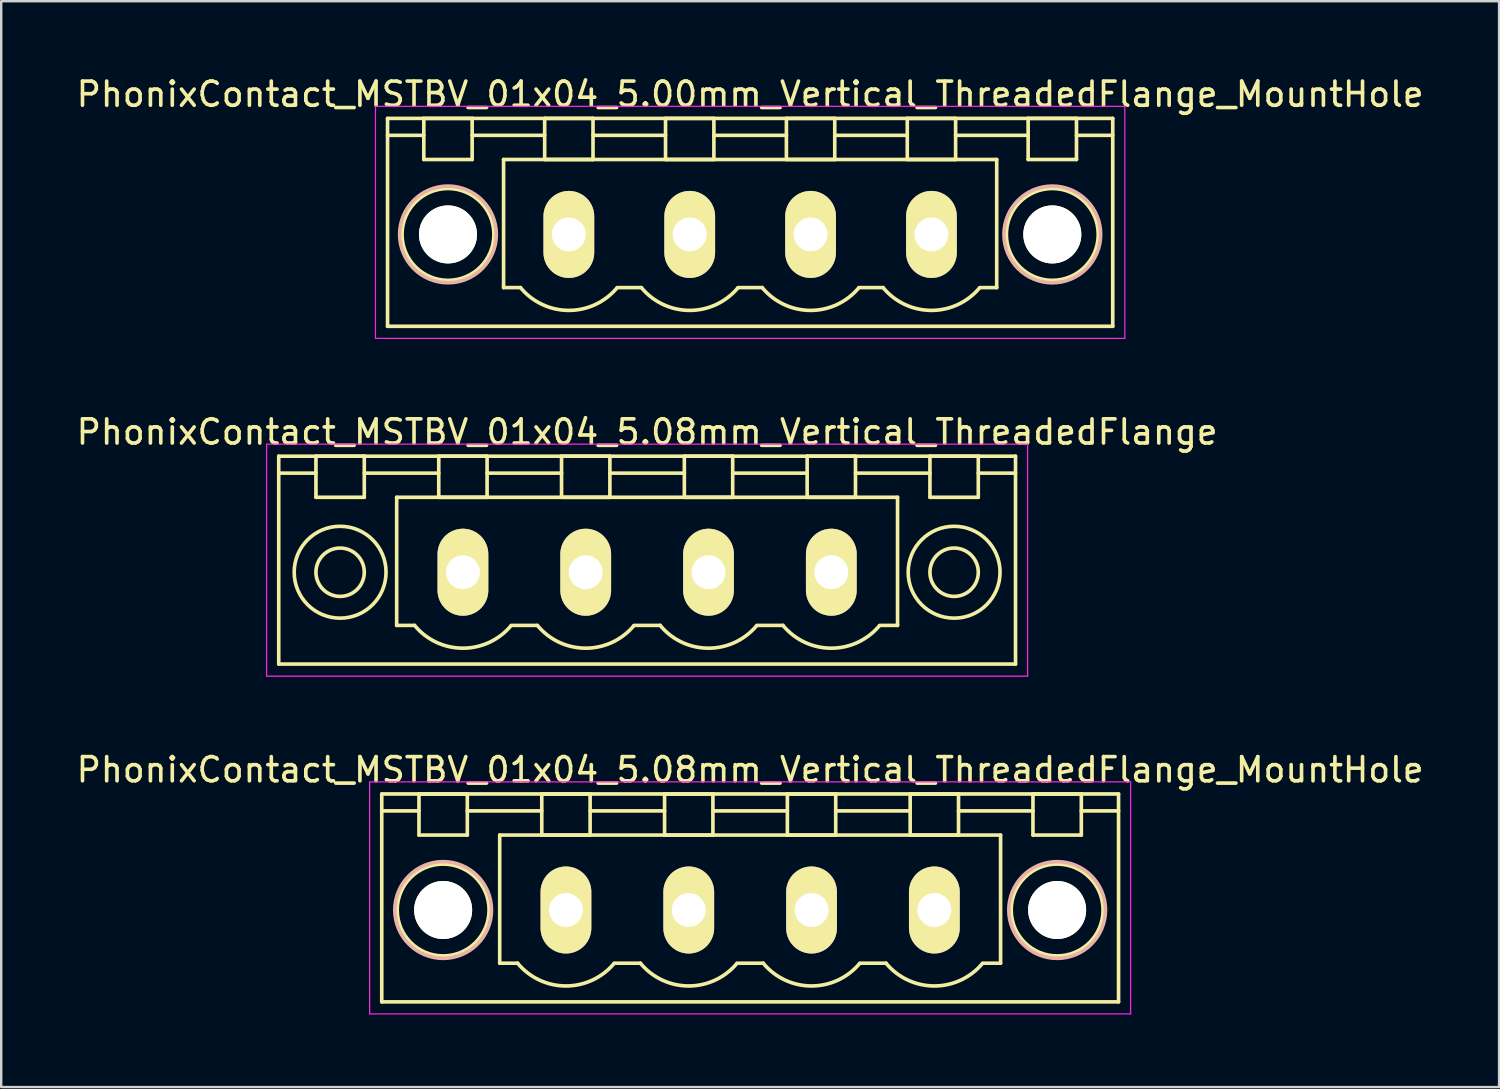
<source format=kicad_pcb>
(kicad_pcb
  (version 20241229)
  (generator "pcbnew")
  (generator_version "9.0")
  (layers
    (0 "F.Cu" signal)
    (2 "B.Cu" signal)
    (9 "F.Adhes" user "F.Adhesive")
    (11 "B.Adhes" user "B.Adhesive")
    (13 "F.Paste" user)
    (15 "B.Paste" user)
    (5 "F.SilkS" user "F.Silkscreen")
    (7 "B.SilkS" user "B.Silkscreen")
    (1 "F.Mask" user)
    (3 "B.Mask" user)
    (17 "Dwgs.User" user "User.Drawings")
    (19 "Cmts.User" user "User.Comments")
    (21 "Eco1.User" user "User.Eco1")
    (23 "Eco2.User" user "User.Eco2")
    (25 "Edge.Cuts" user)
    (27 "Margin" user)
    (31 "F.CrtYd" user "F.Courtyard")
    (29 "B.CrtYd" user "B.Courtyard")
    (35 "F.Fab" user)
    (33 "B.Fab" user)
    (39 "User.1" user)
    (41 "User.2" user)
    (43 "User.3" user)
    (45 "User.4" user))
  (footprint "PhonixContact_MSTBV_01x04_5.08mm_Vertical_ThreadedFlange_MountHole"
    (layer "F.Cu")
    (at 20.362 34.595)
    (property "Reference" "PhonixContact_MSTBV_01x04_5.08mm_Vertical_ThreadedFlange_MountHole" (at 7.62 -5.8 0) (layer "F.SilkS") (effects (font (size 1 1) (thickness 0.15))))
    (attr through_hole)
    (fp_line (start -7.62 -4.8) (end -7.62 3.8) (stroke (width 0.15) (type solid)) (layer "F.SilkS"))
    (fp_line (start -7.62 -4.1) (end -6.08 -4.1) (stroke (width 0.15) (type solid)) (layer "F.SilkS"))
    (fp_line (start -7.62 3.8) (end 22.86 3.8) (stroke (width 0.15) (type solid)) (layer "F.SilkS"))
    (fp_line (start -6.08 -4.8) (end -4.08 -4.8) (stroke (width 0.15) (type solid)) (layer "F.SilkS"))
    (fp_line (start -6.08 -3.1) (end -6.08 -4.8) (stroke (width 0.15) (type solid)) (layer "F.SilkS"))
    (fp_line (start -4.08 -4.8) (end -4.08 -3.1) (stroke (width 0.15) (type solid)) (layer "F.SilkS"))
    (fp_line (start -4.08 -4.1) (end -1 -4.1) (stroke (width 0.15) (type solid)) (layer "F.SilkS"))
    (fp_line (start -4.08 -3.1) (end -6.08 -3.1) (stroke (width 0.15) (type solid)) (layer "F.SilkS"))
    (fp_line (start -2.74 -3.1) (end 17.98 -3.1) (stroke (width 0.15) (type solid)) (layer "F.SilkS"))
    (fp_line (start -2.74 2.2) (end -2.74 -3.1) (stroke (width 0.15) (type solid)) (layer "F.SilkS"))
    (fp_line (start -2 2.2) (end -2.74 2.2) (stroke (width 0.15) (type solid)) (layer "F.SilkS"))
    (fp_line (start -1 -4.8) (end 1 -4.8) (stroke (width 0.15) (type solid)) (layer "F.SilkS"))
    (fp_line (start -1 -3.1) (end -1 -4.8) (stroke (width 0.15) (type solid)) (layer "F.SilkS"))
    (fp_line (start 1 -4.8) (end 1 -3.1) (stroke (width 0.15) (type solid)) (layer "F.SilkS"))
    (fp_line (start 1 -4.1) (end 4.08 -4.1) (stroke (width 0.15) (type solid)) (layer "F.SilkS"))
    (fp_line (start 1 -3.1) (end -1 -3.1) (stroke (width 0.15) (type solid)) (layer "F.SilkS"))
    (fp_line (start 2 2.2) (end 3.08 2.2) (stroke (width 0.15) (type solid)) (layer "F.SilkS"))
    (fp_line (start 4.08 -4.8) (end 6.08 -4.8) (stroke (width 0.15) (type solid)) (layer "F.SilkS"))
    (fp_line (start 4.08 -3.1) (end 4.08 -4.8) (stroke (width 0.15) (type solid)) (layer "F.SilkS"))
    (fp_line (start 6.08 -4.8) (end 6.08 -3.1) (stroke (width 0.15) (type solid)) (layer "F.SilkS"))
    (fp_line (start 6.08 -4.1) (end 9.16 -4.1) (stroke (width 0.15) (type solid)) (layer "F.SilkS"))
    (fp_line (start 6.08 -3.1) (end 4.08 -3.1) (stroke (width 0.15) (type solid)) (layer "F.SilkS"))
    (fp_line (start 7.08 2.2) (end 8.16 2.2) (stroke (width 0.15) (type solid)) (layer "F.SilkS"))
    (fp_line (start 9.16 -4.8) (end 11.16 -4.8) (stroke (width 0.15) (type solid)) (layer "F.SilkS"))
    (fp_line (start 9.16 -3.1) (end 9.16 -4.8) (stroke (width 0.15) (type solid)) (layer "F.SilkS"))
    (fp_line (start 11.16 -4.8) (end 11.16 -3.1) (stroke (width 0.15) (type solid)) (layer "F.SilkS"))
    (fp_line (start 11.16 -4.1) (end 14.24 -4.1) (stroke (width 0.15) (type solid)) (layer "F.SilkS"))
    (fp_line (start 11.16 -3.1) (end 9.16 -3.1) (stroke (width 0.15) (type solid)) (layer "F.SilkS"))
    (fp_line (start 12.16 2.2) (end 13.24 2.2) (stroke (width 0.15) (type solid)) (layer "F.SilkS"))
    (fp_line (start 14.24 -4.8) (end 16.24 -4.8) (stroke (width 0.15) (type solid)) (layer "F.SilkS"))
    (fp_line (start 14.24 -3.1) (end 14.24 -4.8) (stroke (width 0.15) (type solid)) (layer "F.SilkS"))
    (fp_line (start 16.24 -4.8) (end 16.24 -3.1) (stroke (width 0.15) (type solid)) (layer "F.SilkS"))
    (fp_line (start 16.24 -4.1) (end 19.32 -4.1) (stroke (width 0.15) (type solid)) (layer "F.SilkS"))
    (fp_line (start 16.24 -3.1) (end 14.24 -3.1) (stroke (width 0.15) (type solid)) (layer "F.SilkS"))
    (fp_line (start 17.98 -3.1) (end 17.98 2.2) (stroke (width 0.15) (type solid)) (layer "F.SilkS"))
    (fp_line (start 17.98 2.2) (end 17.24 2.2) (stroke (width 0.15) (type solid)) (layer "F.SilkS"))
    (fp_line (start 19.32 -4.8) (end 21.32 -4.8) (stroke (width 0.15) (type solid)) (layer "F.SilkS"))
    (fp_line (start 19.32 -3.1) (end 19.32 -4.8) (stroke (width 0.15) (type solid)) (layer "F.SilkS"))
    (fp_line (start 21.32 -4.8) (end 21.32 -3.1) (stroke (width 0.15) (type solid)) (layer "F.SilkS"))
    (fp_line (start 21.32 -3.1) (end 19.32 -3.1) (stroke (width 0.15) (type solid)) (layer "F.SilkS"))
    (fp_line (start 22.86 -4.8) (end -7.62 -4.8) (stroke (width 0.15) (type solid)) (layer "F.SilkS"))
    (fp_line (start 22.86 -4.1) (end 21.32 -4.1) (stroke (width 0.15) (type solid)) (layer "F.SilkS"))
    (fp_line (start 22.86 3.8) (end 22.86 -4.8) (stroke (width 0.15) (type solid)) (layer "F.SilkS"))
    (fp_arc (start 1.986842 2.215821) (mid -0.010289 3.142758) (end -2 2.2) (stroke (width 0.15) (type solid)) (layer "F.SilkS"))
    (fp_arc (start 7.066842 2.215821) (mid 5.069711 3.142758) (end 3.08 2.2) (stroke (width 0.15) (type solid)) (layer "F.SilkS"))
    (fp_arc (start 12.146842 2.215821) (mid 10.149711 3.142758) (end 8.16 2.2) (stroke (width 0.15) (type solid)) (layer "F.SilkS"))
    (fp_arc (start 17.226842 2.215821) (mid 15.229711 3.142758) (end 13.24 2.2) (stroke (width 0.15) (type solid)) (layer "F.SilkS"))
    (fp_circle (center -5.08 0) (end -4.08 0) (stroke (width 0.15) (type solid)) (fill no) (layer "F.SilkS"))
    (fp_circle (center -5.08 0) (end -3.18 0) (stroke (width 0.15) (type solid)) (fill no) (layer "F.SilkS"))
    (fp_circle (center 20.32 0) (end 21.32 0) (stroke (width 0.15) (type solid)) (fill no) (layer "F.SilkS"))
    (fp_circle (center 20.32 0) (end 22.22 0) (stroke (width 0.15) (type solid)) (fill no) (layer "F.SilkS"))
    (fp_circle (center -5.08 0) (end -3.08 0) (stroke (width 0.15) (type solid)) (fill no) (layer "B.SilkS"))
    (fp_circle (center 20.32 0) (end 22.32 0) (stroke (width 0.15) (type solid)) (fill no) (layer "B.SilkS"))
    (fp_line (start -8.12 -5.3) (end -8.12 4.3) (stroke (width 0.05) (type solid)) (layer "F.CrtYd"))
    (fp_line (start -8.12 4.3) (end 23.36 4.3) (stroke (width 0.05) (type solid)) (layer "F.CrtYd"))
    (fp_line (start 23.36 -5.3) (end -8.12 -5.3) (stroke (width 0.05) (type solid)) (layer "F.CrtYd"))
    (fp_line (start 23.36 4.3) (end 23.36 -5.3) (stroke (width 0.05) (type solid)) (layer "F.CrtYd"))
    (pad "" np_thru_hole circle (at -5.08 0) (size 2.4 2.4) (drill 2.4) (layers "*.Cu" "*.Mask" "F.SilkS"))
    (pad "" np_thru_hole circle (at 20.32 0) (size 2.4 2.4) (drill 2.4) (layers "*.Cu" "*.Mask" "F.SilkS"))
    (pad "1" thru_hole oval (at 0 0) (size 2.1 3.6) (drill 1.4) (layers "*.Cu" "*.Mask" "F.SilkS"))
    (pad "2" thru_hole oval (at 5.08 0) (size 2.1 3.6) (drill 1.4) (layers "*.Cu" "*.Mask" "F.SilkS"))
    (pad "3" thru_hole oval (at 10.16 0) (size 2.1 3.6) (drill 1.4) (layers "*.Cu" "*.Mask" "F.SilkS"))
    (pad "4" thru_hole oval (at 15.24 0) (size 2.1 3.6) (drill 1.4) (layers "*.Cu" "*.Mask" "F.SilkS")))
  (footprint "PhonixContact_MSTBV_01x04_5.08mm_Vertical_ThreadedFlange"
    (layer "F.Cu")
    (at 16.1 20.622)
    (property "Reference" "PhonixContact_MSTBV_01x04_5.08mm_Vertical_ThreadedFlange" (at 7.62 -5.8 0) (layer "F.SilkS") (effects (font (size 1 1) (thickness 0.15))))
    (attr through_hole)
    (fp_line (start -7.62 -4.8) (end -7.62 3.8) (stroke (width 0.15) (type solid)) (layer "F.SilkS"))
    (fp_line (start -7.62 -4.1) (end -6.08 -4.1) (stroke (width 0.15) (type solid)) (layer "F.SilkS"))
    (fp_line (start -7.62 3.8) (end 22.86 3.8) (stroke (width 0.15) (type solid)) (layer "F.SilkS"))
    (fp_line (start -6.08 -4.8) (end -4.08 -4.8) (stroke (width 0.15) (type solid)) (layer "F.SilkS"))
    (fp_line (start -6.08 -3.1) (end -6.08 -4.8) (stroke (width 0.15) (type solid)) (layer "F.SilkS"))
    (fp_line (start -4.08 -4.8) (end -4.08 -3.1) (stroke (width 0.15) (type solid)) (layer "F.SilkS"))
    (fp_line (start -4.08 -4.1) (end -1 -4.1) (stroke (width 0.15) (type solid)) (layer "F.SilkS"))
    (fp_line (start -4.08 -3.1) (end -6.08 -3.1) (stroke (width 0.15) (type solid)) (layer "F.SilkS"))
    (fp_line (start -2.74 -3.1) (end 17.98 -3.1) (stroke (width 0.15) (type solid)) (layer "F.SilkS"))
    (fp_line (start -2.74 2.2) (end -2.74 -3.1) (stroke (width 0.15) (type solid)) (layer "F.SilkS"))
    (fp_line (start -2 2.2) (end -2.74 2.2) (stroke (width 0.15) (type solid)) (layer "F.SilkS"))
    (fp_line (start -1 -4.8) (end 1 -4.8) (stroke (width 0.15) (type solid)) (layer "F.SilkS"))
    (fp_line (start -1 -3.1) (end -1 -4.8) (stroke (width 0.15) (type solid)) (layer "F.SilkS"))
    (fp_line (start 1 -4.8) (end 1 -3.1) (stroke (width 0.15) (type solid)) (layer "F.SilkS"))
    (fp_line (start 1 -4.1) (end 4.08 -4.1) (stroke (width 0.15) (type solid)) (layer "F.SilkS"))
    (fp_line (start 1 -3.1) (end -1 -3.1) (stroke (width 0.15) (type solid)) (layer "F.SilkS"))
    (fp_line (start 2 2.2) (end 3.08 2.2) (stroke (width 0.15) (type solid)) (layer "F.SilkS"))
    (fp_line (start 4.08 -4.8) (end 6.08 -4.8) (stroke (width 0.15) (type solid)) (layer "F.SilkS"))
    (fp_line (start 4.08 -3.1) (end 4.08 -4.8) (stroke (width 0.15) (type solid)) (layer "F.SilkS"))
    (fp_line (start 6.08 -4.8) (end 6.08 -3.1) (stroke (width 0.15) (type solid)) (layer "F.SilkS"))
    (fp_line (start 6.08 -4.1) (end 9.16 -4.1) (stroke (width 0.15) (type solid)) (layer "F.SilkS"))
    (fp_line (start 6.08 -3.1) (end 4.08 -3.1) (stroke (width 0.15) (type solid)) (layer "F.SilkS"))
    (fp_line (start 7.08 2.2) (end 8.16 2.2) (stroke (width 0.15) (type solid)) (layer "F.SilkS"))
    (fp_line (start 9.16 -4.8) (end 11.16 -4.8) (stroke (width 0.15) (type solid)) (layer "F.SilkS"))
    (fp_line (start 9.16 -3.1) (end 9.16 -4.8) (stroke (width 0.15) (type solid)) (layer "F.SilkS"))
    (fp_line (start 11.16 -4.8) (end 11.16 -3.1) (stroke (width 0.15) (type solid)) (layer "F.SilkS"))
    (fp_line (start 11.16 -4.1) (end 14.24 -4.1) (stroke (width 0.15) (type solid)) (layer "F.SilkS"))
    (fp_line (start 11.16 -3.1) (end 9.16 -3.1) (stroke (width 0.15) (type solid)) (layer "F.SilkS"))
    (fp_line (start 12.16 2.2) (end 13.24 2.2) (stroke (width 0.15) (type solid)) (layer "F.SilkS"))
    (fp_line (start 14.24 -4.8) (end 16.24 -4.8) (stroke (width 0.15) (type solid)) (layer "F.SilkS"))
    (fp_line (start 14.24 -3.1) (end 14.24 -4.8) (stroke (width 0.15) (type solid)) (layer "F.SilkS"))
    (fp_line (start 16.24 -4.8) (end 16.24 -3.1) (stroke (width 0.15) (type solid)) (layer "F.SilkS"))
    (fp_line (start 16.24 -4.1) (end 19.32 -4.1) (stroke (width 0.15) (type solid)) (layer "F.SilkS"))
    (fp_line (start 16.24 -3.1) (end 14.24 -3.1) (stroke (width 0.15) (type solid)) (layer "F.SilkS"))
    (fp_line (start 17.98 -3.1) (end 17.98 2.2) (stroke (width 0.15) (type solid)) (layer "F.SilkS"))
    (fp_line (start 17.98 2.2) (end 17.24 2.2) (stroke (width 0.15) (type solid)) (layer "F.SilkS"))
    (fp_line (start 19.32 -4.8) (end 21.32 -4.8) (stroke (width 0.15) (type solid)) (layer "F.SilkS"))
    (fp_line (start 19.32 -3.1) (end 19.32 -4.8) (stroke (width 0.15) (type solid)) (layer "F.SilkS"))
    (fp_line (start 21.32 -4.8) (end 21.32 -3.1) (stroke (width 0.15) (type solid)) (layer "F.SilkS"))
    (fp_line (start 21.32 -3.1) (end 19.32 -3.1) (stroke (width 0.15) (type solid)) (layer "F.SilkS"))
    (fp_line (start 22.86 -4.8) (end -7.62 -4.8) (stroke (width 0.15) (type solid)) (layer "F.SilkS"))
    (fp_line (start 22.86 -4.1) (end 21.32 -4.1) (stroke (width 0.15) (type solid)) (layer "F.SilkS"))
    (fp_line (start 22.86 3.8) (end 22.86 -4.8) (stroke (width 0.15) (type solid)) (layer "F.SilkS"))
    (fp_arc (start 1.986842 2.215821) (mid -0.010289 3.142758) (end -2 2.2) (stroke (width 0.15) (type solid)) (layer "F.SilkS"))
    (fp_arc (start 7.066842 2.215821) (mid 5.069711 3.142758) (end 3.08 2.2) (stroke (width 0.15) (type solid)) (layer "F.SilkS"))
    (fp_arc (start 12.146842 2.215821) (mid 10.149711 3.142758) (end 8.16 2.2) (stroke (width 0.15) (type solid)) (layer "F.SilkS"))
    (fp_arc (start 17.226842 2.215821) (mid 15.229711 3.142758) (end 13.24 2.2) (stroke (width 0.15) (type solid)) (layer "F.SilkS"))
    (fp_circle (center -5.08 0) (end -4.08 0) (stroke (width 0.15) (type solid)) (fill no) (layer "F.SilkS"))
    (fp_circle (center -5.08 0) (end -3.18 0) (stroke (width 0.15) (type solid)) (fill no) (layer "F.SilkS"))
    (fp_circle (center 20.32 0) (end 21.32 0) (stroke (width 0.15) (type solid)) (fill no) (layer "F.SilkS"))
    (fp_circle (center 20.32 0) (end 22.22 0) (stroke (width 0.15) (type solid)) (fill no) (layer "F.SilkS"))
    (fp_line (start -8.12 -5.3) (end -8.12 4.3) (stroke (width 0.05) (type solid)) (layer "F.CrtYd"))
    (fp_line (start -8.12 4.3) (end 23.36 4.3) (stroke (width 0.05) (type solid)) (layer "F.CrtYd"))
    (fp_line (start 23.36 -5.3) (end -8.12 -5.3) (stroke (width 0.05) (type solid)) (layer "F.CrtYd"))
    (fp_line (start 23.36 4.3) (end 23.36 -5.3) (stroke (width 0.05) (type solid)) (layer "F.CrtYd"))
    (pad "1" thru_hole oval (at 0 0) (size 2.1 3.6) (drill 1.4) (layers "*.Cu" "*.Mask" "F.SilkS"))
    (pad "2" thru_hole oval (at 5.08 0) (size 2.1 3.6) (drill 1.4) (layers "*.Cu" "*.Mask" "F.SilkS"))
    (pad "3" thru_hole oval (at 10.16 0) (size 2.1 3.6) (drill 1.4) (layers "*.Cu" "*.Mask" "F.SilkS"))
    (pad "4" thru_hole oval (at 15.24 0) (size 2.1 3.6) (drill 1.4) (layers "*.Cu" "*.Mask" "F.SilkS")))
  (footprint "PhonixContact_MSTBV_01x04_5.00mm_Vertical_ThreadedFlange_MountHole"
    (layer "F.Cu")
    (at 20.482 6.648)
    (property "Reference" "PhonixContact_MSTBV_01x04_5.00mm_Vertical_ThreadedFlange_MountHole" (at 7.5 -5.8 0) (layer "F.SilkS") (effects (font (size 1 1) (thickness 0.15))))
    (attr through_hole)
    (fp_line (start -7.5 -4.8) (end -7.5 3.8) (stroke (width 0.15) (type solid)) (layer "F.SilkS"))
    (fp_line (start -7.5 -4.1) (end -6 -4.1) (stroke (width 0.15) (type solid)) (layer "F.SilkS"))
    (fp_line (start -7.5 3.8) (end 22.5 3.8) (stroke (width 0.15) (type solid)) (layer "F.SilkS"))
    (fp_line (start -6 -4.8) (end -4 -4.8) (stroke (width 0.15) (type solid)) (layer "F.SilkS"))
    (fp_line (start -6 -3.1) (end -6 -4.8) (stroke (width 0.15) (type solid)) (layer "F.SilkS"))
    (fp_line (start -4 -4.8) (end -4 -3.1) (stroke (width 0.15) (type solid)) (layer "F.SilkS"))
    (fp_line (start -4 -4.1) (end -1 -4.1) (stroke (width 0.15) (type solid)) (layer "F.SilkS"))
    (fp_line (start -4 -3.1) (end -6 -3.1) (stroke (width 0.15) (type solid)) (layer "F.SilkS"))
    (fp_line (start -2.7 -3.1) (end 17.7 -3.1) (stroke (width 0.15) (type solid)) (layer "F.SilkS"))
    (fp_line (start -2.7 2.2) (end -2.7 -3.1) (stroke (width 0.15) (type solid)) (layer "F.SilkS"))
    (fp_line (start -2 2.2) (end -2.7 2.2) (stroke (width 0.15) (type solid)) (layer "F.SilkS"))
    (fp_line (start -1 -4.8) (end 1 -4.8) (stroke (width 0.15) (type solid)) (layer "F.SilkS"))
    (fp_line (start -1 -3.1) (end -1 -4.8) (stroke (width 0.15) (type solid)) (layer "F.SilkS"))
    (fp_line (start 1 -4.8) (end 1 -3.1) (stroke (width 0.15) (type solid)) (layer "F.SilkS"))
    (fp_line (start 1 -4.1) (end 4 -4.1) (stroke (width 0.15) (type solid)) (layer "F.SilkS"))
    (fp_line (start 1 -3.1) (end -1 -3.1) (stroke (width 0.15) (type solid)) (layer "F.SilkS"))
    (fp_line (start 2 2.2) (end 3 2.2) (stroke (width 0.15) (type solid)) (layer "F.SilkS"))
    (fp_line (start 4 -4.8) (end 6 -4.8) (stroke (width 0.15) (type solid)) (layer "F.SilkS"))
    (fp_line (start 4 -3.1) (end 4 -4.8) (stroke (width 0.15) (type solid)) (layer "F.SilkS"))
    (fp_line (start 6 -4.8) (end 6 -3.1) (stroke (width 0.15) (type solid)) (layer "F.SilkS"))
    (fp_line (start 6 -4.1) (end 9 -4.1) (stroke (width 0.15) (type solid)) (layer "F.SilkS"))
    (fp_line (start 6 -3.1) (end 4 -3.1) (stroke (width 0.15) (type solid)) (layer "F.SilkS"))
    (fp_line (start 7 2.2) (end 8 2.2) (stroke (width 0.15) (type solid)) (layer "F.SilkS"))
    (fp_line (start 9 -4.8) (end 11 -4.8) (stroke (width 0.15) (type solid)) (layer "F.SilkS"))
    (fp_line (start 9 -3.1) (end 9 -4.8) (stroke (width 0.15) (type solid)) (layer "F.SilkS"))
    (fp_line (start 11 -4.8) (end 11 -3.1) (stroke (width 0.15) (type solid)) (layer "F.SilkS"))
    (fp_line (start 11 -4.1) (end 14 -4.1) (stroke (width 0.15) (type solid)) (layer "F.SilkS"))
    (fp_line (start 11 -3.1) (end 9 -3.1) (stroke (width 0.15) (type solid)) (layer "F.SilkS"))
    (fp_line (start 12 2.2) (end 13 2.2) (stroke (width 0.15) (type solid)) (layer "F.SilkS"))
    (fp_line (start 14 -4.8) (end 16 -4.8) (stroke (width 0.15) (type solid)) (layer "F.SilkS"))
    (fp_line (start 14 -3.1) (end 14 -4.8) (stroke (width 0.15) (type solid)) (layer "F.SilkS"))
    (fp_line (start 16 -4.8) (end 16 -3.1) (stroke (width 0.15) (type solid)) (layer "F.SilkS"))
    (fp_line (start 16 -4.1) (end 19 -4.1) (stroke (width 0.15) (type solid)) (layer "F.SilkS"))
    (fp_line (start 16 -3.1) (end 14 -3.1) (stroke (width 0.15) (type solid)) (layer "F.SilkS"))
    (fp_line (start 17.7 -3.1) (end 17.7 2.2) (stroke (width 0.15) (type solid)) (layer "F.SilkS"))
    (fp_line (start 17.7 2.2) (end 17 2.2) (stroke (width 0.15) (type solid)) (layer "F.SilkS"))
    (fp_line (start 19 -4.8) (end 21 -4.8) (stroke (width 0.15) (type solid)) (layer "F.SilkS"))
    (fp_line (start 19 -3.1) (end 19 -4.8) (stroke (width 0.15) (type solid)) (layer "F.SilkS"))
    (fp_line (start 21 -4.8) (end 21 -3.1) (stroke (width 0.15) (type solid)) (layer "F.SilkS"))
    (fp_line (start 21 -3.1) (end 19 -3.1) (stroke (width 0.15) (type solid)) (layer "F.SilkS"))
    (fp_line (start 22.5 -4.8) (end -7.5 -4.8) (stroke (width 0.15) (type solid)) (layer "F.SilkS"))
    (fp_line (start 22.5 -4.1) (end 21 -4.1) (stroke (width 0.15) (type solid)) (layer "F.SilkS"))
    (fp_line (start 22.5 3.8) (end 22.5 -4.8) (stroke (width 0.15) (type solid)) (layer "F.SilkS"))
    (fp_arc (start 1.986842 2.215821) (mid -0.010289 3.142758) (end -2 2.2) (stroke (width 0.15) (type solid)) (layer "F.SilkS"))
    (fp_arc (start 6.986842 2.215821) (mid 4.989711 3.142758) (end 3 2.2) (stroke (width 0.15) (type solid)) (layer "F.SilkS"))
    (fp_arc (start 11.986842 2.215821) (mid 9.989711 3.142758) (end 8 2.2) (stroke (width 0.15) (type solid)) (layer "F.SilkS"))
    (fp_arc (start 16.986842 2.215821) (mid 14.989711 3.142758) (end 13 2.2) (stroke (width 0.15) (type solid)) (layer "F.SilkS"))
    (fp_circle (center -5 0) (end -4 0) (stroke (width 0.15) (type solid)) (fill no) (layer "F.SilkS"))
    (fp_circle (center -5 0) (end -3.1 0) (stroke (width 0.15) (type solid)) (fill no) (layer "F.SilkS"))
    (fp_circle (center 20 0) (end 21 0) (stroke (width 0.15) (type solid)) (fill no) (layer "F.SilkS"))
    (fp_circle (center 20 0) (end 21.9 0) (stroke (width 0.15) (type solid)) (fill no) (layer "F.SilkS"))
    (fp_circle (center -5 0) (end -3 0) (stroke (width 0.15) (type solid)) (fill no) (layer "B.SilkS"))
    (fp_circle (center 20 0) (end 22 0) (stroke (width 0.15) (type solid)) (fill no) (layer "B.SilkS"))
    (fp_line (start -8 -5.3) (end -8 4.3) (stroke (width 0.05) (type solid)) (layer "F.CrtYd"))
    (fp_line (start -8 4.3) (end 23 4.3) (stroke (width 0.05) (type solid)) (layer "F.CrtYd"))
    (fp_line (start 23 -5.3) (end -8 -5.3) (stroke (width 0.05) (type solid)) (layer "F.CrtYd"))
    (fp_line (start 23 4.3) (end 23 -5.3) (stroke (width 0.05) (type solid)) (layer "F.CrtYd"))
    (pad "" np_thru_hole circle (at -5 0) (size 2.4 2.4) (drill 2.4) (layers "*.Cu" "*.Mask" "F.SilkS"))
    (pad "" np_thru_hole circle (at 20 0) (size 2.4 2.4) (drill 2.4) (layers "*.Cu" "*.Mask" "F.SilkS"))
    (pad "1" thru_hole oval (at 0 0) (size 2.1 3.6) (drill 1.4) (layers "*.Cu" "*.Mask" "F.SilkS"))
    (pad "2" thru_hole oval (at 5 0) (size 2.1 3.6) (drill 1.4) (layers "*.Cu" "*.Mask" "F.SilkS"))
    (pad "3" thru_hole oval (at 10 0) (size 2.1 3.6) (drill 1.4) (layers "*.Cu" "*.Mask" "F.SilkS"))
    (pad "4" thru_hole oval (at 15 0) (size 2.1 3.6) (drill 1.4) (layers "*.Cu" "*.Mask" "F.SilkS")))
  (gr_rect
    (start -3 -3)
    (end 58.964 41.92)
    (stroke (width 0.1) (type default))
    (fill no)
    (layer "Edge.Cuts")))
</source>
